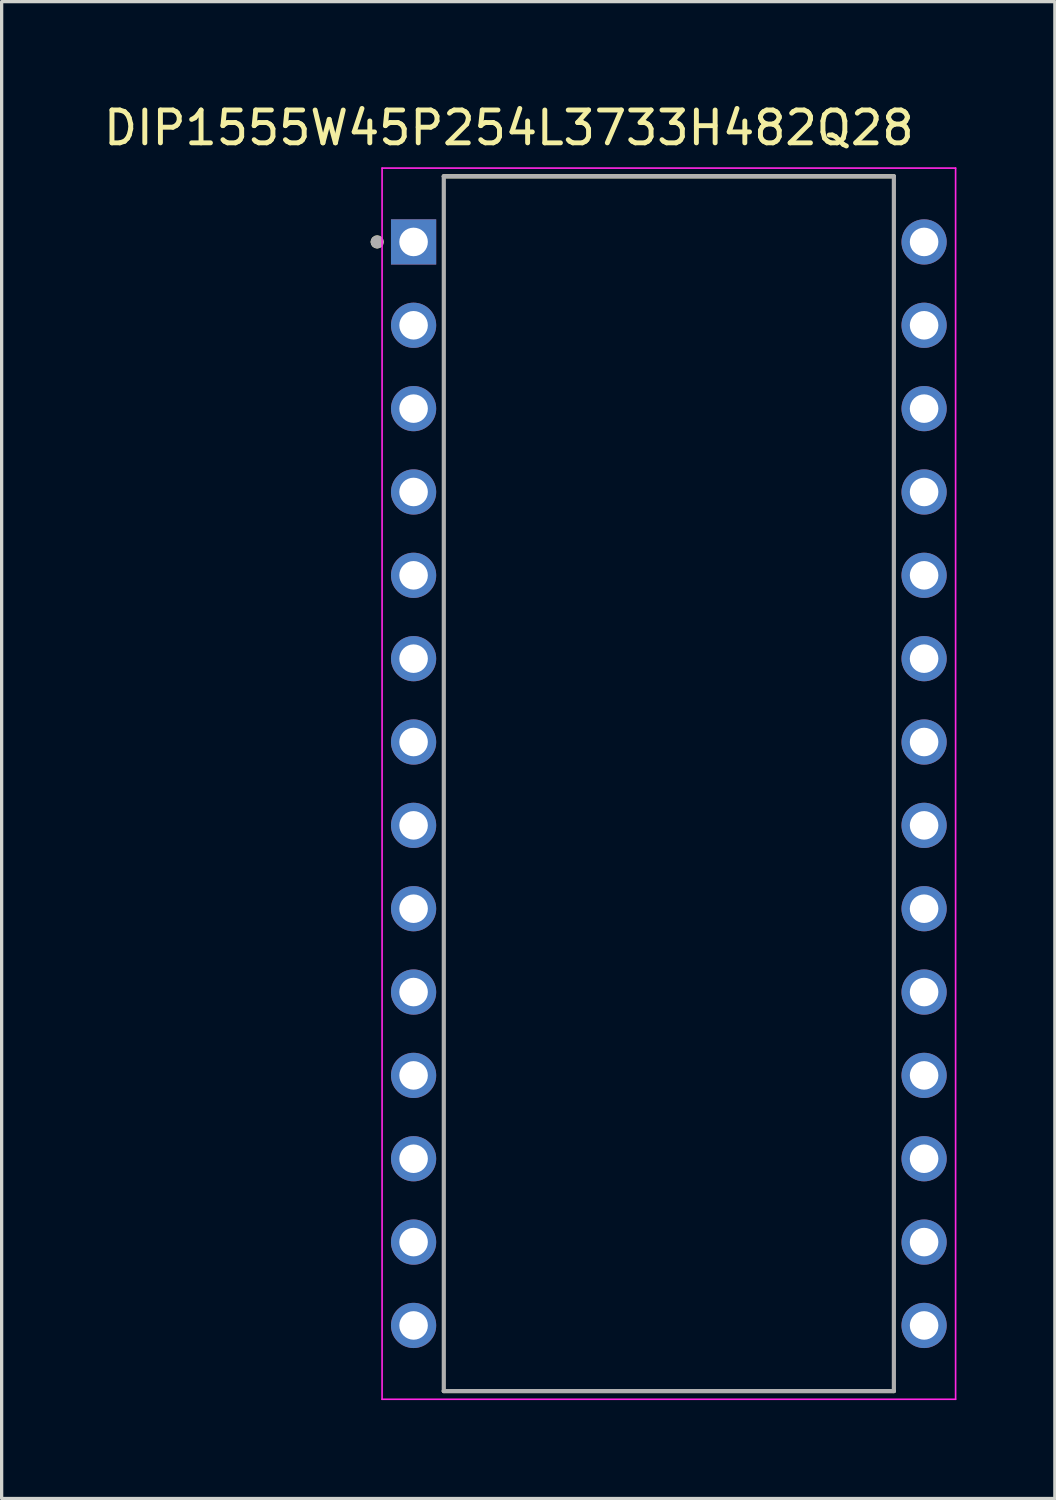
<source format=kicad_pcb>
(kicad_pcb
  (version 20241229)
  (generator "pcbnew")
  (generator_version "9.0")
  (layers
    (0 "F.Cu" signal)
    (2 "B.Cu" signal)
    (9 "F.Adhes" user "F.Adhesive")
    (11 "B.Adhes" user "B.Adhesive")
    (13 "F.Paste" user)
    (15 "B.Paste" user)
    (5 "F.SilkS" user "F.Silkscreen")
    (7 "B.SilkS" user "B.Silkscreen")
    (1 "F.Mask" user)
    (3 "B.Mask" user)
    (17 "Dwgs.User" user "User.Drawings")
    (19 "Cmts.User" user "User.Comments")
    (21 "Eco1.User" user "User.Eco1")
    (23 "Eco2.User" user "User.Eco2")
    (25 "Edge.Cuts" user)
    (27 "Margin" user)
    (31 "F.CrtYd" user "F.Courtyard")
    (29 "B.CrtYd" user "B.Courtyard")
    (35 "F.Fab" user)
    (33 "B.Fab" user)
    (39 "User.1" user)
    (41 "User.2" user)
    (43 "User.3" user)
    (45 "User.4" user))
  (footprint "DIP1555W45P254L3733H482Q28"
    (layer "F.Cu")
    (at 17.333 20.833)
    (property "Reference" "DIP1555W45P254L3733H482Q28" (at -4.875 -19.985 0) (layer "F.SilkS") (effects (font (size 1 1) (thickness 0.15))))
    (attr through_hole)
    (fp_line (start -6.858 -18.51) (end 6.858 -18.51) (stroke (width 0.127) (type solid)) (layer "F.SilkS"))
    (fp_line (start -6.858 18.51) (end 6.858 18.51) (stroke (width 0.127) (type solid)) (layer "F.SilkS"))
    (fp_circle (center -8.889 -16.51) (end -8.789 -16.51) (stroke (width 0.2) (type solid)) (fill no) (layer "F.SilkS"))
    (fp_line (start -8.739 -18.76) (end -8.739 18.76) (stroke (width 0.05) (type solid)) (layer "F.CrtYd"))
    (fp_line (start 8.739 -18.76) (end -8.739 -18.76) (stroke (width 0.05) (type solid)) (layer "F.CrtYd"))
    (fp_line (start 8.739 -18.76) (end 8.739 18.76) (stroke (width 0.05) (type solid)) (layer "F.CrtYd"))
    (fp_line (start 8.739 18.76) (end -8.739 18.76) (stroke (width 0.05) (type solid)) (layer "F.CrtYd"))
    (fp_line (start -6.858 -18.51) (end -6.858 18.51) (stroke (width 0.127) (type solid)) (layer "F.Fab"))
    (fp_line (start -6.858 -18.51) (end 6.858 -18.51) (stroke (width 0.127) (type solid)) (layer "F.Fab"))
    (fp_line (start -6.858 18.51) (end 6.858 18.51) (stroke (width 0.127) (type solid)) (layer "F.Fab"))
    (fp_line (start 6.858 -18.51) (end 6.858 18.51) (stroke (width 0.127) (type solid)) (layer "F.Fab"))
    (fp_circle (center -8.889 -16.51) (end -8.789 -16.51) (stroke (width 0.2) (type solid)) (fill no) (layer "F.Fab"))
    (pad "1" thru_hole rect (at -7.779 -16.51) (size 1.378 1.378) (drill 0.87) (layers "*.Cu" "*.Mask"))
    (pad "2" thru_hole circle (at -7.779 -13.97) (size 1.378 1.378) (drill 0.87) (layers "*.Cu" "*.Mask"))
    (pad "3" thru_hole circle (at -7.779 -11.43) (size 1.378 1.378) (drill 0.87) (layers "*.Cu" "*.Mask"))
    (pad "4" thru_hole circle (at -7.779 -8.89) (size 1.378 1.378) (drill 0.87) (layers "*.Cu" "*.Mask"))
    (pad "5" thru_hole circle (at -7.779 -6.35) (size 1.378 1.378) (drill 0.87) (layers "*.Cu" "*.Mask"))
    (pad "6" thru_hole circle (at -7.779 -3.81) (size 1.378 1.378) (drill 0.87) (layers "*.Cu" "*.Mask"))
    (pad "7" thru_hole circle (at -7.779 -1.27) (size 1.378 1.378) (drill 0.87) (layers "*.Cu" "*.Mask"))
    (pad "8" thru_hole circle (at -7.779 1.27) (size 1.378 1.378) (drill 0.87) (layers "*.Cu" "*.Mask"))
    (pad "9" thru_hole circle (at -7.779 3.81) (size 1.378 1.378) (drill 0.87) (layers "*.Cu" "*.Mask"))
    (pad "10" thru_hole circle (at -7.779 6.35) (size 1.378 1.378) (drill 0.87) (layers "*.Cu" "*.Mask"))
    (pad "11" thru_hole circle (at -7.779 8.89) (size 1.378 1.378) (drill 0.87) (layers "*.Cu" "*.Mask"))
    (pad "12" thru_hole circle (at -7.779 11.43) (size 1.378 1.378) (drill 0.87) (layers "*.Cu" "*.Mask"))
    (pad "13" thru_hole circle (at -7.779 13.97) (size 1.378 1.378) (drill 0.87) (layers "*.Cu" "*.Mask"))
    (pad "14" thru_hole circle (at -7.779 16.51) (size 1.378 1.378) (drill 0.87) (layers "*.Cu" "*.Mask"))
    (pad "15" thru_hole circle (at 7.779 16.51) (size 1.378 1.378) (drill 0.87) (layers "*.Cu" "*.Mask"))
    (pad "16" thru_hole circle (at 7.779 13.97) (size 1.378 1.378) (drill 0.87) (layers "*.Cu" "*.Mask"))
    (pad "17" thru_hole circle (at 7.779 11.43) (size 1.378 1.378) (drill 0.87) (layers "*.Cu" "*.Mask"))
    (pad "18" thru_hole circle (at 7.779 8.89) (size 1.378 1.378) (drill 0.87) (layers "*.Cu" "*.Mask"))
    (pad "19" thru_hole circle (at 7.779 6.35) (size 1.378 1.378) (drill 0.87) (layers "*.Cu" "*.Mask"))
    (pad "20" thru_hole circle (at 7.779 3.81) (size 1.378 1.378) (drill 0.87) (layers "*.Cu" "*.Mask"))
    (pad "21" thru_hole circle (at 7.779 1.27) (size 1.378 1.378) (drill 0.87) (layers "*.Cu" "*.Mask"))
    (pad "22" thru_hole circle (at 7.779 -1.27) (size 1.378 1.378) (drill 0.87) (layers "*.Cu" "*.Mask"))
    (pad "23" thru_hole circle (at 7.779 -3.81) (size 1.378 1.378) (drill 0.87) (layers "*.Cu" "*.Mask"))
    (pad "24" thru_hole circle (at 7.779 -6.35) (size 1.378 1.378) (drill 0.87) (layers "*.Cu" "*.Mask"))
    (pad "25" thru_hole circle (at 7.779 -8.89) (size 1.378 1.378) (drill 0.87) (layers "*.Cu" "*.Mask"))
    (pad "26" thru_hole circle (at 7.779 -11.43) (size 1.378 1.378) (drill 0.87) (layers "*.Cu" "*.Mask"))
    (pad "27" thru_hole circle (at 7.779 -13.97) (size 1.378 1.378) (drill 0.87) (layers "*.Cu" "*.Mask"))
    (pad "28" thru_hole circle (at 7.779 -16.51) (size 1.378 1.378) (drill 0.87) (layers "*.Cu" "*.Mask")))
  (gr_rect
    (start -3 -3)
    (end 29.097 42.618)
    (stroke (width 0.1) (type default))
    (fill no)
    (layer "Edge.Cuts")))
</source>
